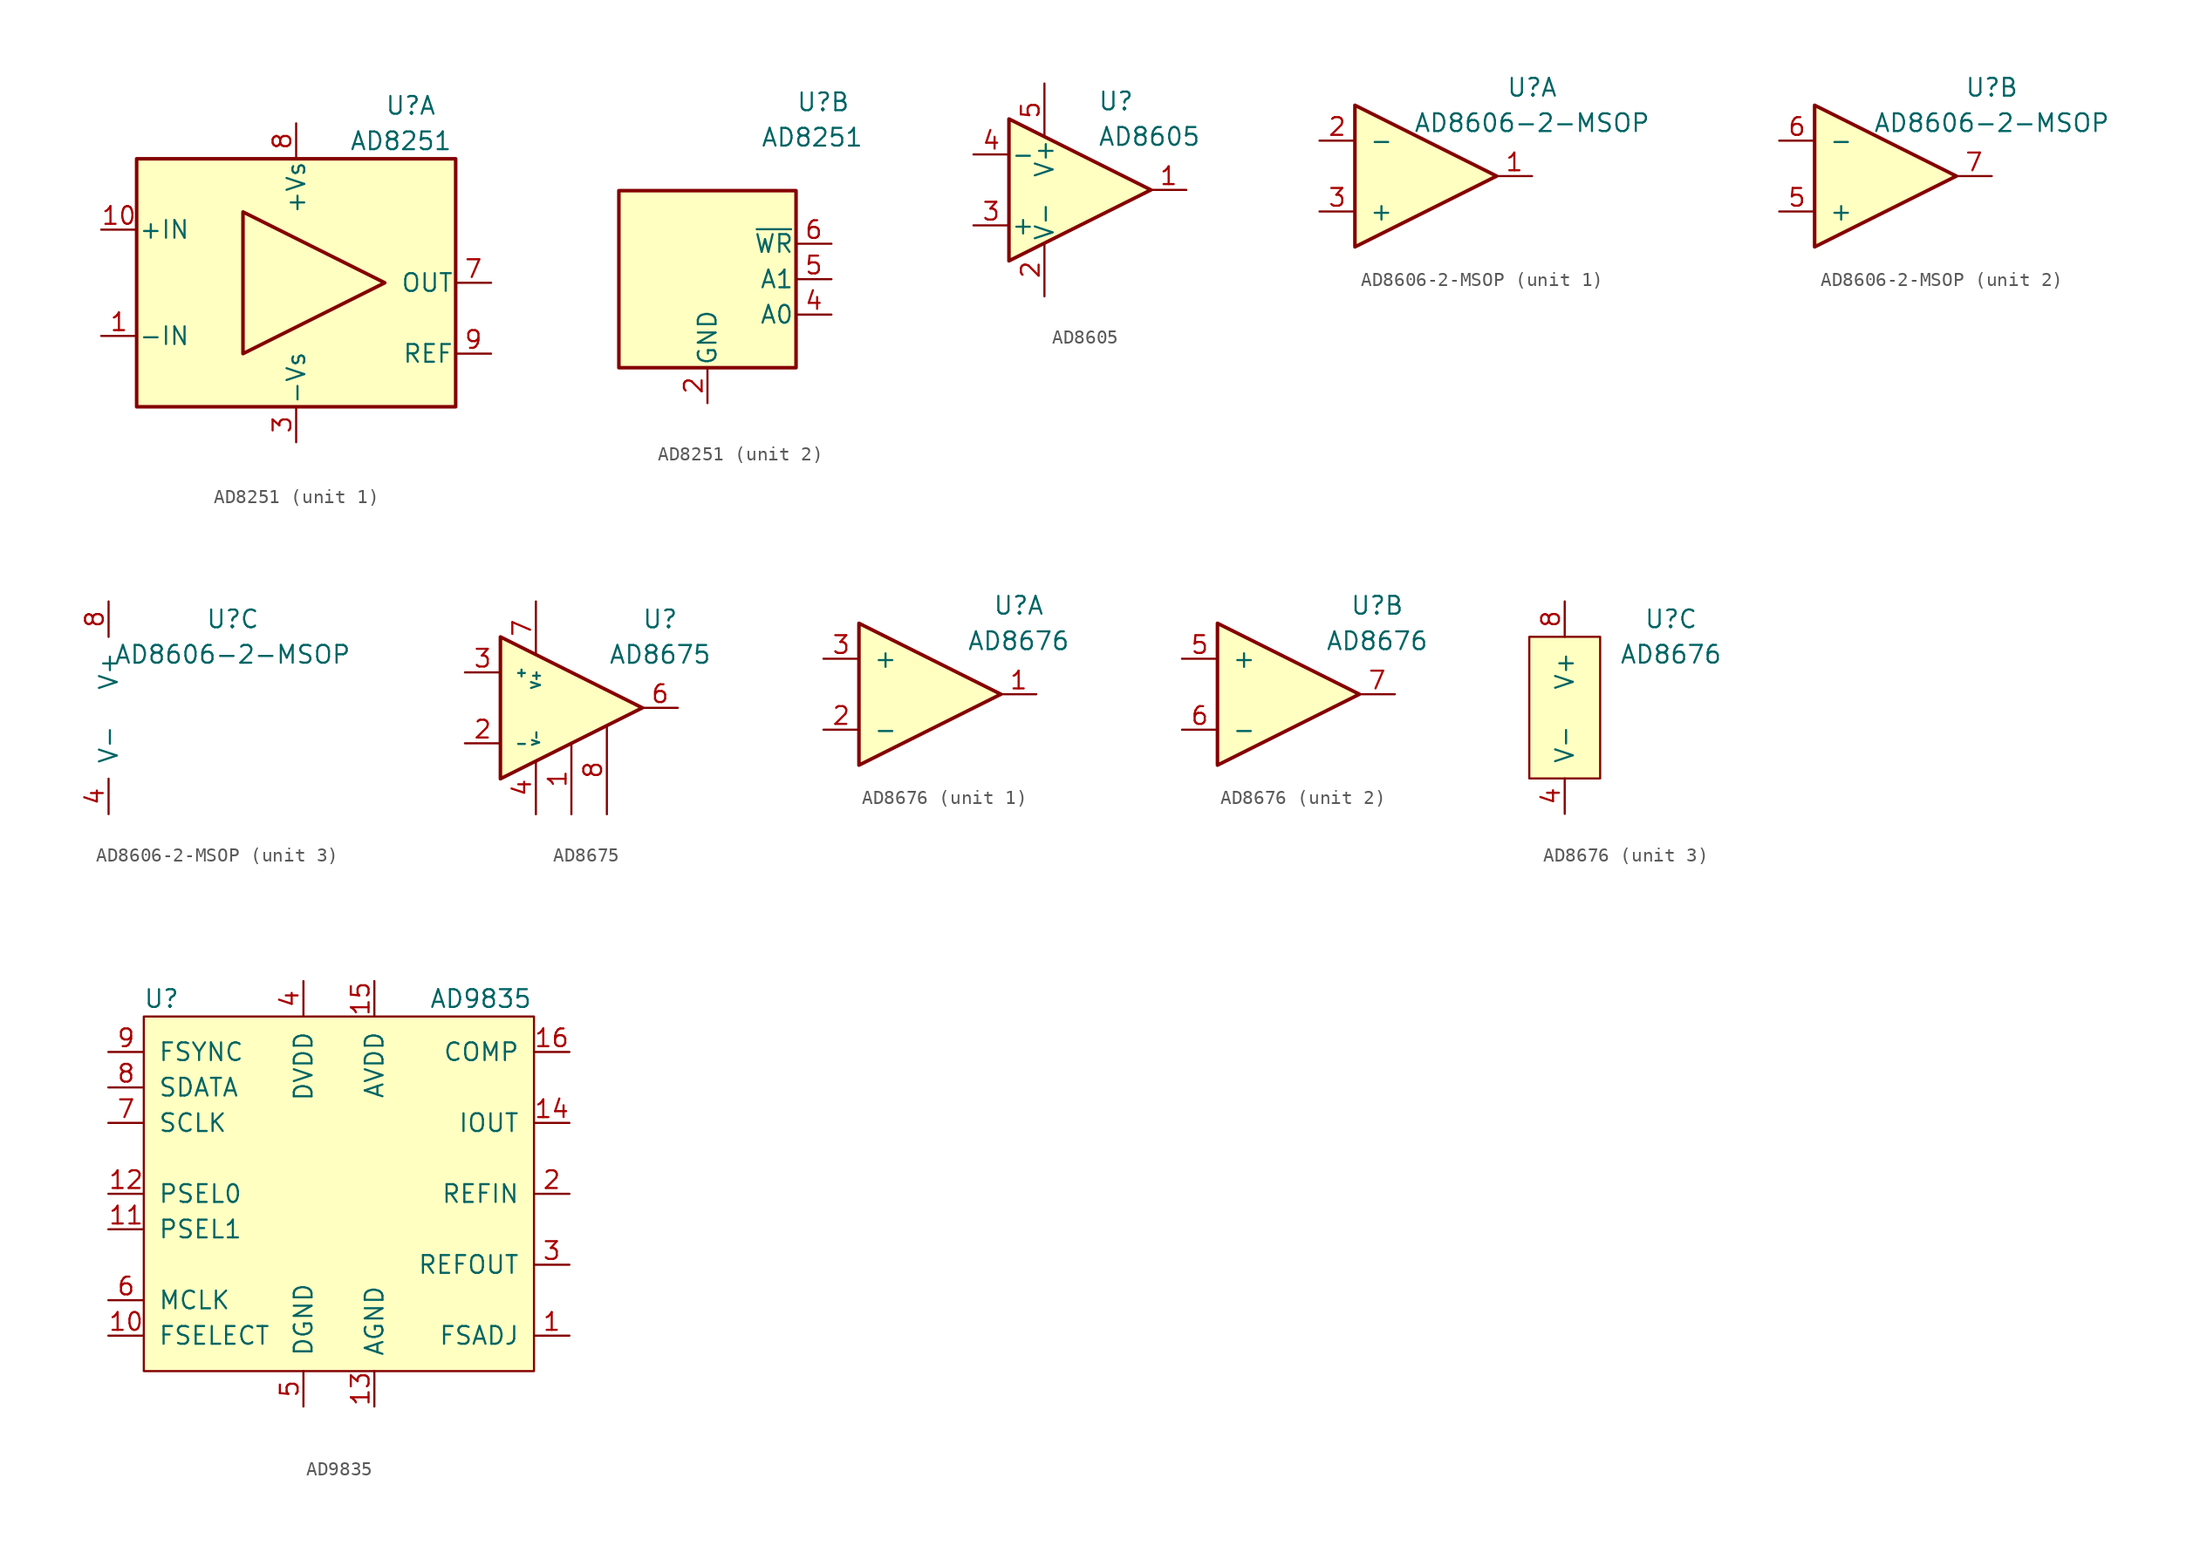
<source format=kicad_sym>
(kicad_symbol_lib
  (version 20211014)
  (generator kicad_symbol_editor)
  (symbol "AD8251"
    (pin_names
      (offset 0.127))
    (property "Reference" "U"
      (at 6.35 12.7 0)
      (effects (font (size 1.27 1.27)) (justify left)))
    (property "Value" "AD8251"
      (at 3.81 10.16 0)
      (effects (font (size 1.27 1.27)) (justify left)))
    (symbol "AD8251_1_1"
      (rectangle (start -11.43 8.89) (end 11.43 -8.89) (stroke (width 0.254) (type default) (color 0 0 0 0)) (fill (type background)))
      (polyline (pts (xy -3.81 5.08) (xy 6.35 0) (xy -3.81 -5.08) (xy -3.81 5.08)) (stroke (width 0.254) (type default) (color 0 0 0 0)) (fill (type background)))
      (pin input line (at -13.97 -3.81 0) (length 2.54) (name "-IN" (effects (font (size 1.27 1.27)))) (number "1" (effects (font (size 1.27 1.27)))))
      (pin input line (at -13.97 3.81 0) (length 2.54) (name "+IN" (effects (font (size 1.27 1.27)))) (number "10" (effects (font (size 1.27 1.27)))))
      (pin power_in line (at 0 -11.43 90) (length 2.54) (name "-Vs" (effects (font (size 1.27 1.27)))) (number "3" (effects (font (size 1.27 1.27)))))
      (pin output line (at 13.97 0 180) (length 2.54) (name "OUT" (effects (font (size 1.27 1.27)))) (number "7" (effects (font (size 1.27 1.27)))))
      (pin power_in line (at 0 11.43 270) (length 2.54) (name "+Vs" (effects (font (size 1.27 1.27)))) (number "8" (effects (font (size 1.27 1.27)))))
      (pin passive line (at 13.97 -5.08 180) (length 2.54) (name "REF" (effects (font (size 1.27 1.27)))) (number "9" (effects (font (size 1.27 1.27))))))
    (symbol "AD8251_2_1"
      (rectangle (start 6.35 -6.35) (end -6.35 6.35) (stroke (width 0.254) (type default) (color 0 0 0 0)) (fill (type background)))
      (pin passive line (at 0 -8.89 90) (length 2.54) (name "GND" (effects (font (size 1.27 1.27)))) (number "2" (effects (font (size 1.27 1.27)))))
      (pin input line (at 8.89 -2.54 180) (length 2.54) (name "A0" (effects (font (size 1.27 1.27)))) (number "4" (effects (font (size 1.27 1.27)))))
      (pin input line (at 8.89 0 180) (length 2.54) (name "A1" (effects (font (size 1.27 1.27)))) (number "5" (effects (font (size 1.27 1.27)))))
      (pin input line (at 8.89 2.54 180) (length 2.54) (name "~{WR}" (effects (font (size 1.27 1.27)))) (number "6" (effects (font (size 1.27 1.27)))))))
  (symbol "AD8605"
    (pin_names
      (offset 0.127))
    (property "Reference" "U"
      (at 2.54 6.35 0)
      (effects (font (size 1.27 1.27)) (justify left)))
    (property "Value" "AD8605"
      (at 2.54 3.81 0)
      (effects (font (size 1.27 1.27)) (justify left)))
    (symbol "AD8605_0_1"
      (polyline (pts (xy -3.81 5.08) (xy 6.35 0) (xy -3.81 -5.08) (xy -3.81 5.08)) (stroke (width 0.254) (type default) (color 0 0 0 0)) (fill (type background))))
    (symbol "AD8605_1_1"
      (pin output line (at 8.89 0 180) (length 2.54) (name "~" (effects (font (size 1.27 1.27)))) (number "1" (effects (font (size 1.27 1.27)))))
      (pin power_in line (at -1.27 -7.62 90) (length 3.81) (name "V-" (effects (font (size 1.27 1.27)))) (number "2" (effects (font (size 1.27 1.27)))))
      (pin input line (at -6.35 -2.54 0) (length 2.54) (name "+" (effects (font (size 1.27 1.27)))) (number "3" (effects (font (size 1.27 1.27)))))
      (pin input line (at -6.35 2.54 0) (length 2.54) (name "-" (effects (font (size 1.27 1.27)))) (number "4" (effects (font (size 1.27 1.27)))))
      (pin power_in line (at -1.27 7.62 270) (length 3.81) (name "V+" (effects (font (size 1.27 1.27)))) (number "5" (effects (font (size 1.27 1.27)))))))
  (symbol "AD8606-2-MSOP"
    (pin_names
      (offset 1.016))
    (property "Reference" "U"
      (at 8.89 6.35 0)
      (effects (font (size 1.27 1.27))))
    (property "Value" "AD8606-2-MSOP"
      (at 8.89 3.81 0)
      (effects (font (size 1.27 1.27))))
    (symbol "AD8606-2-MSOP_1_1"
      (polyline (pts (xy -3.81 5.08) (xy 6.35 0) (xy -3.81 -5.08) (xy -3.81 5.08)) (stroke (width 0.254) (type default) (color 0 0 0 0)) (fill (type background)))
      (pin output line (at 8.89 0 180) (length 2.54) (name "~" (effects (font (size 1.27 1.27)))) (number "1" (effects (font (size 1.27 1.27)))))
      (pin input line (at -6.35 2.54 0) (length 2.54) (name "-" (effects (font (size 1.27 1.27)))) (number "2" (effects (font (size 1.27 1.27)))))
      (pin input line (at -6.35 -2.54 0) (length 2.54) (name "+" (effects (font (size 1.27 1.27)))) (number "3" (effects (font (size 1.27 1.27))))))
    (symbol "AD8606-2-MSOP_2_1"
      (polyline (pts (xy -3.81 5.08) (xy 6.35 0) (xy -3.81 -5.08) (xy -3.81 5.08)) (stroke (width 0.254) (type default) (color 0 0 0 0)) (fill (type background)))
      (pin input line (at -6.35 -2.54 0) (length 2.54) (name "+" (effects (font (size 1.27 1.27)))) (number "5" (effects (font (size 1.27 1.27)))))
      (pin input line (at -6.35 2.54 0) (length 2.54) (name "-" (effects (font (size 1.27 1.27)))) (number "6" (effects (font (size 1.27 1.27)))))
      (pin output line (at 8.89 0 180) (length 2.54) (name "~" (effects (font (size 1.27 1.27)))) (number "7" (effects (font (size 1.27 1.27))))))
    (symbol "AD8606-2-MSOP_3_1"
      (pin passive line (at 0 -7.62 90) (length 2.54) (name "V-" (effects (font (size 1.27 1.27)))) (number "4" (effects (font (size 1.27 1.27)))))
      (pin passive line (at 0 7.62 270) (length 2.54) (name "V+" (effects (font (size 1.27 1.27)))) (number "8" (effects (font (size 1.27 1.27)))))))
  (symbol "AD8675"
    (pin_names
      (offset 1.016))
    (property "Reference" "U"
      (at 8.89 6.35 0)
      (effects (font (size 1.27 1.27))))
    (property "Value" "AD8675"
      (at 8.89 3.81 0)
      (effects (font (size 1.27 1.27))))
    (symbol "AD8675_1_1"
      (polyline (pts (xy -2.54 5.08) (xy 7.62 0) (xy -2.54 -5.08) (xy -2.54 5.08)) (stroke (width 0.254) (type default) (color 0 0 0 0)) (fill (type background)))
      (pin input line (at 2.54 -7.62 90) (length 5.08) (name "~" (effects (font (size 0.508 0.508)))) (number "1" (effects (font (size 1.27 1.27)))))
      (pin input line (at -5.08 -2.54 0) (length 2.54) (name "-" (effects (font (size 0.635 0.635)))) (number "2" (effects (font (size 1.27 1.27)))))
      (pin input line (at -5.08 2.54 0) (length 2.54) (name "+" (effects (font (size 0.635 0.635)))) (number "3" (effects (font (size 1.27 1.27)))))
      (pin power_in line (at 0 -7.62 90) (length 3.81) (name "V-" (effects (font (size 0.508 0.508)))) (number "4" (effects (font (size 1.27 1.27)))))
      (pin no_connect line (at 2.54 2.54 270) (length 2.54) hide (name "NC" (effects (font (size 1.27 1.27)))) (number "5" (effects (font (size 1.27 1.27)))))
      (pin output line (at 10.16 0 180) (length 2.54) (name "~" (effects (font (size 1.27 1.27)))) (number "6" (effects (font (size 1.27 1.27)))))
      (pin power_in line (at 0 7.62 270) (length 3.81) (name "V+" (effects (font (size 0.635 0.635)))) (number "7" (effects (font (size 1.27 1.27)))))
      (pin input line (at 5.08 -7.62 90) (length 6.35) (name "~" (effects (font (size 0.508 0.508)))) (number "8" (effects (font (size 1.27 1.27)))))))
  (symbol "AD8676"
    (pin_names
      (offset 1.016))
    (property "Reference" "U"
      (at 7.62 6.35 0)
      (effects (font (size 1.27 1.27))))
    (property "Value" "AD8676"
      (at 7.62 3.81 0)
      (effects (font (size 1.27 1.27))))
    (symbol "AD8676_1_1"
      (polyline (pts (xy -3.81 5.08) (xy 6.35 0) (xy -3.81 -5.08) (xy -3.81 5.08)) (stroke (width 0.254) (type default) (color 0 0 0 0)) (fill (type background)))
      (pin output line (at 8.89 0 180) (length 2.54) (name "~" (effects (font (size 1.27 1.27)))) (number "1" (effects (font (size 1.27 1.27)))))
      (pin input line (at -6.35 -2.54 0) (length 2.54) (name "-" (effects (font (size 1.27 1.27)))) (number "2" (effects (font (size 1.27 1.27)))))
      (pin input line (at -6.35 2.54 0) (length 2.54) (name "+" (effects (font (size 1.27 1.27)))) (number "3" (effects (font (size 1.27 1.27))))))
    (symbol "AD8676_2_1"
      (polyline (pts (xy -3.81 5.08) (xy 6.35 0) (xy -3.81 -5.08) (xy -3.81 5.08)) (stroke (width 0.254) (type default) (color 0 0 0 0)) (fill (type background)))
      (pin input line (at -6.35 2.54 0) (length 2.54) (name "+" (effects (font (size 1.27 1.27)))) (number "5" (effects (font (size 1.27 1.27)))))
      (pin input line (at -6.35 -2.54 0) (length 2.54) (name "-" (effects (font (size 1.27 1.27)))) (number "6" (effects (font (size 1.27 1.27)))))
      (pin output line (at 8.89 0 180) (length 2.54) (name "~" (effects (font (size 1.27 1.27)))) (number "7" (effects (font (size 1.27 1.27))))))
    (symbol "AD8676_3_1"
      (rectangle (start -2.54 5.08) (end 2.54 -5.08) (stroke (width 0) (type default) (color 0 0 0 0)) (fill (type background)))
      (pin passive line (at 0 -7.62 90) (length 2.54) (name "V-" (effects (font (size 1.27 1.27)))) (number "4" (effects (font (size 1.27 1.27)))))
      (pin passive line (at 0 7.62 270) (length 2.54) (name "V+" (effects (font (size 1.27 1.27)))) (number "8" (effects (font (size 1.27 1.27)))))))
  (symbol "AD9835"
    (pin_names
      (offset 1.016))
    (property "Reference" "U"
      (at -12.7 13.97 0)
      (effects (font (size 1.27 1.27))))
    (property "Value" "AD9835"
      (at 10.16 13.97 0)
      (effects (font (size 1.27 1.27))))
    (symbol "AD9835_0_1"
      (rectangle (start -13.97 12.7) (end 13.97 -12.7) (stroke (width 0) (type default) (color 0 0 0 0)) (fill (type background))))
    (symbol "AD9835_1_1"
      (pin input line (at 16.51 -10.16 180) (length 2.54) (name "FSADJ" (effects (font (size 1.27 1.27)))) (number "1" (effects (font (size 1.27 1.27)))))
      (pin input line (at -16.51 -10.16 0) (length 2.54) (name "FSELECT" (effects (font (size 1.27 1.27)))) (number "10" (effects (font (size 1.27 1.27)))))
      (pin input line (at -16.51 -2.54 0) (length 2.54) (name "PSEL1" (effects (font (size 1.27 1.27)))) (number "11" (effects (font (size 1.27 1.27)))))
      (pin input line (at -16.51 0 0) (length 2.54) (name "PSEL0" (effects (font (size 1.27 1.27)))) (number "12" (effects (font (size 1.27 1.27)))))
      (pin passive line (at 2.54 -15.24 90) (length 2.54) (name "AGND" (effects (font (size 1.27 1.27)))) (number "13" (effects (font (size 1.27 1.27)))))
      (pin output line (at 16.51 5.08 180) (length 2.54) (name "IOUT" (effects (font (size 1.27 1.27)))) (number "14" (effects (font (size 1.27 1.27)))))
      (pin passive line (at 2.54 15.24 270) (length 2.54) (name "AVDD" (effects (font (size 1.27 1.27)))) (number "15" (effects (font (size 1.27 1.27)))))
      (pin input line (at 16.51 10.16 180) (length 2.54) (name "COMP" (effects (font (size 1.27 1.27)))) (number "16" (effects (font (size 1.27 1.27)))))
      (pin input line (at 16.51 0 180) (length 2.54) (name "REFIN" (effects (font (size 1.27 1.27)))) (number "2" (effects (font (size 1.27 1.27)))))
      (pin output line (at 16.51 -5.08 180) (length 2.54) (name "REFOUT" (effects (font (size 1.27 1.27)))) (number "3" (effects (font (size 1.27 1.27)))))
      (pin passive line (at -2.54 15.24 270) (length 2.54) (name "DVDD" (effects (font (size 1.27 1.27)))) (number "4" (effects (font (size 1.27 1.27)))))
      (pin passive line (at -2.54 -15.24 90) (length 2.54) (name "DGND" (effects (font (size 1.27 1.27)))) (number "5" (effects (font (size 1.27 1.27)))))
      (pin input line (at -16.51 -7.62 0) (length 2.54) (name "MCLK" (effects (font (size 1.27 1.27)))) (number "6" (effects (font (size 1.27 1.27)))))
      (pin input line (at -16.51 5.08 0) (length 2.54) (name "SCLK" (effects (font (size 1.27 1.27)))) (number "7" (effects (font (size 1.27 1.27)))))
      (pin input line (at -16.51 7.62 0) (length 2.54) (name "SDATA" (effects (font (size 1.27 1.27)))) (number "8" (effects (font (size 1.27 1.27)))))
      (pin input line (at -16.51 10.16 0) (length 2.54) (name "FSYNC" (effects (font (size 1.27 1.27)))) (number "9" (effects (font (size 1.27 1.27))))))))
</source>
